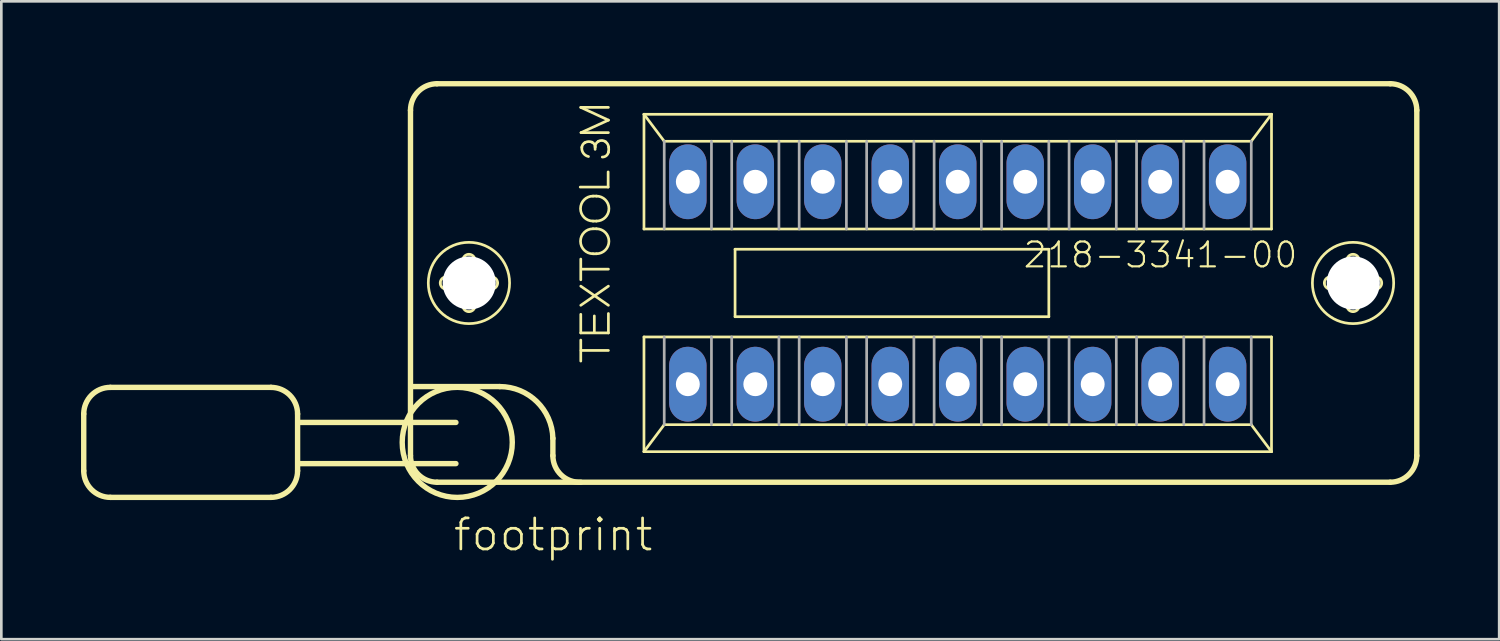
<source format=kicad_pcb>
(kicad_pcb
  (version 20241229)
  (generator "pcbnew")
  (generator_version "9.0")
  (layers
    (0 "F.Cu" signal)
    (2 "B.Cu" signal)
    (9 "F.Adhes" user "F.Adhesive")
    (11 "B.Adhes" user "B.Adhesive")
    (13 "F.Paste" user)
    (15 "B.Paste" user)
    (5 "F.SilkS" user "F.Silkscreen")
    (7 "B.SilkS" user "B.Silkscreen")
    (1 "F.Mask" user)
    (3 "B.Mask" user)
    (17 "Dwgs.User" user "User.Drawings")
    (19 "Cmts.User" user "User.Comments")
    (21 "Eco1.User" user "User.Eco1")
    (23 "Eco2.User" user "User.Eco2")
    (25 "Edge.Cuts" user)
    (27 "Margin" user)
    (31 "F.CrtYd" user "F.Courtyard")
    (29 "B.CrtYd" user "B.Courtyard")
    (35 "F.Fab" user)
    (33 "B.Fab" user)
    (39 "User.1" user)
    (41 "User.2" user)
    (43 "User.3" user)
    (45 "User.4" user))
  (footprint "footprint"
    (layer "F.Cu")
    (at 33.002 7.602)
    (property "Reference" "footprint" (at -19.05 10.16 0) (layer "F.SilkS") (effects (font (size 1.168 1.168) (thickness 0.102)) (justify left bottom)))
    (fp_line (start -32.9 4.93) (end -32.9 7.07) (stroke (width 0.203) (type solid)) (layer "F.SilkS"))
    (fp_line (start -31.9 3.93) (end -25.85 3.93) (stroke (width 0.203) (type solid)) (layer "F.SilkS"))
    (fp_line (start -25.85 8.07) (end -31.9 8.07) (stroke (width 0.203) (type solid)) (layer "F.SilkS"))
    (fp_line (start -24.85 4.93) (end -24.85 7.07) (stroke (width 0.203) (type solid)) (layer "F.SilkS"))
    (fp_line (start -20.6 6.5) (end -20.6 -6.5) (stroke (width 0.203) (type solid)) (layer "F.SilkS"))
    (fp_line (start -20.49 3.9) (end -17.24 3.9) (stroke (width 0.203) (type solid)) (layer "F.SilkS"))
    (fp_line (start -19.6 -7.5) (end 16.28 -7.5) (stroke (width 0.203) (type solid)) (layer "F.SilkS"))
    (fp_line (start -19.25 -0.23) (end -18.7 -0.23) (stroke (width 0.102) (type solid)) (layer "F.SilkS"))
    (fp_line (start -18.89 5.25) (end -24.8 5.25) (stroke (width 0.203) (type solid)) (layer "F.SilkS"))
    (fp_line (start -18.89 6.8) (end -24.8 6.8) (stroke (width 0.203) (type solid)) (layer "F.SilkS"))
    (fp_line (start -18.71 0.23) (end -19.25 0.23) (stroke (width 0.102) (type solid)) (layer "F.SilkS"))
    (fp_line (start -18.63 -0.31) (end -18.63 -0.85) (stroke (width 0.102) (type solid)) (layer "F.SilkS"))
    (fp_line (start -18.63 0.85) (end -18.63 0.3) (stroke (width 0.102) (type solid)) (layer "F.SilkS"))
    (fp_line (start -18.17 -0.85) (end -18.17 -0.3) (stroke (width 0.102) (type solid)) (layer "F.SilkS"))
    (fp_line (start -18.17 0.31) (end -18.17 0.85) (stroke (width 0.102) (type solid)) (layer "F.SilkS"))
    (fp_line (start -18.09 -0.23) (end -17.55 -0.23) (stroke (width 0.102) (type solid)) (layer "F.SilkS"))
    (fp_line (start -17.55 0.23) (end -18.1 0.23) (stroke (width 0.102) (type solid)) (layer "F.SilkS"))
    (fp_line (start -15.24 5.85) (end -15.24 6.5) (stroke (width 0.203) (type solid)) (layer "F.SilkS"))
    (fp_line (start -14.21 -3.61) (end -13.16 -3.61) (stroke (width 0.102) (type solid)) (layer "F.SilkS"))
    (fp_line (start -14.19 -6.61) (end -13.15 -6.61) (stroke (width 0.102) (type solid)) (layer "F.SilkS"))
    (fp_line (start -14.19 -0.12) (end -14.19 -0.9) (stroke (width 0.102) (type solid)) (layer "F.SilkS"))
    (fp_line (start -14.19 0.12) (end -13.15 0.84) (stroke (width 0.102) (type solid)) (layer "F.SilkS"))
    (fp_line (start -14.19 0.84) (end -13.15 0.12) (stroke (width 0.102) (type solid)) (layer "F.SilkS"))
    (fp_line (start -14.19 1.18) (end -14.19 1.88) (stroke (width 0.102) (type solid)) (layer "F.SilkS"))
    (fp_line (start -14.19 1.88) (end -13.15 1.88) (stroke (width 0.102) (type solid)) (layer "F.SilkS"))
    (fp_line (start -14.19 2.94) (end -14.19 2.15) (stroke (width 0.102) (type solid)) (layer "F.SilkS"))
    (fp_line (start -14.18 -5.66) (end -13.15 -6.13) (stroke (width 0.102) (type solid)) (layer "F.SilkS"))
    (fp_line (start -14.18 2.54) (end -13.15 2.54) (stroke (width 0.102) (type solid)) (layer "F.SilkS"))
    (fp_line (start -14.17 -0.52) (end -13.15 -0.52) (stroke (width 0.102) (type solid)) (layer "F.SilkS"))
    (fp_line (start -13.73 -3.27) (end -13.6 -3.27) (stroke (width 0.102) (type solid)) (layer "F.SilkS"))
    (fp_line (start -13.73 -2.33) (end -13.6 -2.33) (stroke (width 0.102) (type solid)) (layer "F.SilkS"))
    (fp_line (start -13.73 -2.04) (end -13.6 -2.04) (stroke (width 0.102) (type solid)) (layer "F.SilkS"))
    (fp_line (start -13.73 -1.1) (end -13.6 -1.1) (stroke (width 0.102) (type solid)) (layer "F.SilkS"))
    (fp_line (start -13.68 1.24) (end -13.68 1.84) (stroke (width 0.102) (type solid)) (layer "F.SilkS"))
    (fp_line (start -13.65 -5.03) (end -13.65 -5.12) (stroke (width 0.102) (type solid)) (layer "F.SilkS"))
    (fp_line (start -13.16 -3.61) (end -13.16 -4.18) (stroke (width 0.102) (type solid)) (layer "F.SilkS"))
    (fp_line (start -13.15 -6.13) (end -14.19 -6.61) (stroke (width 0.102) (type solid)) (layer "F.SilkS"))
    (fp_line (start -13.15 -5.66) (end -14.18 -5.66) (stroke (width 0.102) (type solid)) (layer "F.SilkS"))
    (fp_line (start -13.15 1.88) (end -13.15 1.15) (stroke (width 0.102) (type solid)) (layer "F.SilkS"))
    (fp_line (start -11.811 -6.35) (end 11.811 -6.35) (stroke (width 0.102) (type solid)) (layer "F.SilkS"))
    (fp_line (start -11.811 -2.032) (end -11.811 -6.35) (stroke (width 0.102) (type solid)) (layer "F.SilkS"))
    (fp_line (start -11.811 2.032) (end 11.811 2.032) (stroke (width 0.102) (type solid)) (layer "F.SilkS"))
    (fp_line (start -11.811 6.35) (end -11.811 2.032) (stroke (width 0.102) (type solid)) (layer "F.SilkS"))
    (fp_line (start -11.811 6.35) (end -11.049 5.334) (stroke (width 0.102) (type solid)) (layer "F.SilkS"))
    (fp_line (start -11.049 -5.334) (end -11.811 -6.35) (stroke (width 0.102) (type solid)) (layer "F.SilkS"))
    (fp_line (start -11.049 5.334) (end 11.049 5.334) (stroke (width 0.102) (type solid)) (layer "F.SilkS"))
    (fp_line (start -8.382 -1.27) (end 3.429 -1.27) (stroke (width 0.102) (type solid)) (layer "F.SilkS"))
    (fp_line (start -8.382 1.27) (end -8.382 -1.27) (stroke (width 0.102) (type solid)) (layer "F.SilkS"))
    (fp_line (start 3.429 -1.27) (end 3.429 1.27) (stroke (width 0.102) (type solid)) (layer "F.SilkS"))
    (fp_line (start 3.429 1.27) (end -8.382 1.27) (stroke (width 0.102) (type solid)) (layer "F.SilkS"))
    (fp_line (start 11.049 -5.334) (end -11.049 -5.334) (stroke (width 0.102) (type solid)) (layer "F.SilkS"))
    (fp_line (start 11.049 5.334) (end 11.811 6.35) (stroke (width 0.102) (type solid)) (layer "F.SilkS"))
    (fp_line (start 11.811 -6.35) (end 11.049 -5.334) (stroke (width 0.102) (type solid)) (layer "F.SilkS"))
    (fp_line (start 11.811 -6.35) (end 11.811 -2.032) (stroke (width 0.102) (type solid)) (layer "F.SilkS"))
    (fp_line (start 11.811 -2.032) (end -11.811 -2.032) (stroke (width 0.102) (type solid)) (layer "F.SilkS"))
    (fp_line (start 11.811 2.032) (end 11.811 6.35) (stroke (width 0.102) (type solid)) (layer "F.SilkS"))
    (fp_line (start 11.811 6.35) (end -11.811 6.35) (stroke (width 0.102) (type solid)) (layer "F.SilkS"))
    (fp_line (start 14.03 -0.23) (end 14.58 -0.23) (stroke (width 0.102) (type solid)) (layer "F.SilkS"))
    (fp_line (start 14.57 0.23) (end 14.03 0.23) (stroke (width 0.102) (type solid)) (layer "F.SilkS"))
    (fp_line (start 14.65 -0.31) (end 14.65 -0.85) (stroke (width 0.102) (type solid)) (layer "F.SilkS"))
    (fp_line (start 14.65 0.85) (end 14.65 0.3) (stroke (width 0.102) (type solid)) (layer "F.SilkS"))
    (fp_line (start 15.11 -0.85) (end 15.11 -0.3) (stroke (width 0.102) (type solid)) (layer "F.SilkS"))
    (fp_line (start 15.11 0.31) (end 15.11 0.85) (stroke (width 0.102) (type solid)) (layer "F.SilkS"))
    (fp_line (start 15.19 -0.23) (end 15.73 -0.23) (stroke (width 0.102) (type solid)) (layer "F.SilkS"))
    (fp_line (start 15.73 0.23) (end 15.18 0.23) (stroke (width 0.102) (type solid)) (layer "F.SilkS"))
    (fp_line (start 16.28 7.5) (end -19.6 7.5) (stroke (width 0.203) (type solid)) (layer "F.SilkS"))
    (fp_line (start 17.28 -6.5) (end 17.28 6.5) (stroke (width 0.203) (type solid)) (layer "F.SilkS"))
    (fp_arc (start -32.9 4.93) (mid -32.607107 4.222893) (end -31.9 3.93) (stroke (width 0.2032) (type solid)) (layer "F.SilkS"))
    (fp_arc (start -31.9 8.07) (mid -32.607107 7.777107) (end -32.9 7.07) (stroke (width 0.2032) (type solid)) (layer "F.SilkS"))
    (fp_arc (start -25.85 3.93) (mid -25.142893 4.222893) (end -24.85 4.93) (stroke (width 0.2032) (type solid)) (layer "F.SilkS"))
    (fp_arc (start -24.85 7.07) (mid -25.142893 7.777107) (end -25.85 8.07) (stroke (width 0.2032) (type solid)) (layer "F.SilkS"))
    (fp_arc (start -20.6 -6.5) (mid -20.307107 -7.207107) (end -19.6 -7.5) (stroke (width 0.2032) (type solid)) (layer "F.SilkS"))
    (fp_arc (start -19.6 7.5) (mid -20.307107 7.207107) (end -20.6 6.5) (stroke (width 0.2032) (type solid)) (layer "F.SilkS"))
    (fp_arc (start -19.48 0) (mid -19.412635 -0.162635) (end -19.25 -0.23) (stroke (width 0.1016) (type solid)) (layer "F.SilkS"))
    (fp_arc (start -19.25 0.23) (mid -19.412635 0.162635) (end -19.48 0) (stroke (width 0.1016) (type solid)) (layer "F.SilkS"))
    (fp_arc (start -18.71 0.23) (mid -18.660503 0.250503) (end -18.64 0.3) (stroke (width 0.1016) (type solid)) (layer "F.SilkS"))
    (fp_arc (start -18.63 -0.85) (mid -18.562635 -1.012635) (end -18.4 -1.08) (stroke (width 0.1016) (type solid)) (layer "F.SilkS"))
    (fp_arc (start -18.63 -0.3) (mid -18.650503 -0.250503) (end -18.7 -0.23) (stroke (width 0.1016) (type solid)) (layer "F.SilkS"))
    (fp_arc (start -18.4 -1.08) (mid -18.237365 -1.012635) (end -18.17 -0.85) (stroke (width 0.1016) (type solid)) (layer "F.SilkS"))
    (fp_arc (start -18.4 1.08) (mid -18.562635 1.012635) (end -18.63 0.85) (stroke (width 0.1016) (type solid)) (layer "F.SilkS"))
    (fp_arc (start -18.17 0.3) (mid -18.149497 0.250503) (end -18.1 0.23) (stroke (width 0.1016) (type solid)) (layer "F.SilkS"))
    (fp_arc (start -18.17 0.85) (mid -18.237365 1.012635) (end -18.4 1.08) (stroke (width 0.1016) (type solid)) (layer "F.SilkS"))
    (fp_arc (start -18.1 -0.23) (mid -18.149497 -0.250503) (end -18.17 -0.3) (stroke (width 0.1016) (type solid)) (layer "F.SilkS"))
    (fp_arc (start -17.55 -0.23) (mid -17.387365 -0.162635) (end -17.32 0) (stroke (width 0.1016) (type solid)) (layer "F.SilkS"))
    (fp_arc (start -17.32 0) (mid -17.387365 0.162635) (end -17.55 0.23) (stroke (width 0.1016) (type solid)) (layer "F.SilkS"))
    (fp_arc (start -17.24 3.9) (mid -15.843341 4.468169) (end -15.24 5.849998) (stroke (width 0.2032) (type solid)) (layer "F.SilkS"))
    (fp_arc (start -14.189998 7.499999) (mid -14.929284 7.225) (end -15.24 6.5) (stroke (width 0.2032) (type solid)) (layer "F.SilkS"))
    (fp_arc (start -14.15 -5.109999) (mid -14.114621 -5.207696) (end -14.04 -5.28) (stroke (width 0.1016) (type solid)) (layer "F.SilkS"))
    (fp_arc (start -14.04 -5.28) (mid -13.907382 -5.322157) (end -13.77 -5.3) (stroke (width 0.1016) (type solid)) (layer "F.SilkS"))
    (fp_arc (start -13.900001 -4.759999) (mid -14.09297 -4.88645) (end -14.15 -5.11) (stroke (width 0.1016) (type solid)) (layer "F.SilkS"))
    (fp_arc (start -13.770001 -5.299999) (mid -13.682751 -5.228166) (end -13.65 -5.12) (stroke (width 0.1016) (type solid)) (layer "F.SilkS"))
    (fp_arc (start -13.73 -2.33) (mid -14.2 -2.8) (end -13.73 -3.27) (stroke (width 0.1016) (type solid)) (layer "F.SilkS"))
    (fp_arc (start -13.73 -1.1) (mid -14.2 -1.57) (end -13.73 -2.04) (stroke (width 0.1016) (type solid)) (layer "F.SilkS"))
    (fp_arc (start -13.65 -5.12) (mid -13.61789 -5.240938) (end -13.529999 -5.330001) (stroke (width 0.1016) (type solid)) (layer "F.SilkS"))
    (fp_arc (start -13.6 -3.27) (mid -13.13 -2.8) (end -13.6 -2.33) (stroke (width 0.1016) (type solid)) (layer "F.SilkS"))
    (fp_arc (start -13.6 -2.04) (mid -13.13 -1.57) (end -13.6 -1.1) (stroke (width 0.1016) (type solid)) (layer "F.SilkS"))
    (fp_arc (start -13.53 -5.33) (mid -13.386885 -5.363595) (end -13.249999 -5.309999) (stroke (width 0.1016) (type solid)) (layer "F.SilkS"))
    (fp_arc (start -13.25 -5.31) (mid -13.175084 -5.220954) (end -13.14 -5.110001) (stroke (width 0.1016) (type solid)) (layer "F.SilkS"))
    (fp_arc (start -13.15 -4.92) (mid -13.232524 -4.788503) (end -13.38 -4.740001) (stroke (width 0.1016) (type solid)) (layer "F.SilkS"))
    (fp_arc (start -13.14 -5.11) (mid -13.137277 -5.014593) (end -13.15 -4.92) (stroke (width 0.1016) (type solid)) (layer "F.SilkS"))
    (fp_arc (start 13.8 0) (mid 13.867365 -0.162635) (end 14.03 -0.23) (stroke (width 0.1016) (type solid)) (layer "F.SilkS"))
    (fp_arc (start 14.03 0.23) (mid 13.867365 0.162635) (end 13.8 0) (stroke (width 0.1016) (type solid)) (layer "F.SilkS"))
    (fp_arc (start 14.57 0.23) (mid 14.619497 0.250503) (end 14.64 0.3) (stroke (width 0.1016) (type solid)) (layer "F.SilkS"))
    (fp_arc (start 14.65 -0.85) (mid 14.717365 -1.012635) (end 14.88 -1.08) (stroke (width 0.1016) (type solid)) (layer "F.SilkS"))
    (fp_arc (start 14.65 -0.3) (mid 14.629497 -0.250503) (end 14.58 -0.23) (stroke (width 0.1016) (type solid)) (layer "F.SilkS"))
    (fp_arc (start 14.88 -1.08) (mid 15.042635 -1.012635) (end 15.11 -0.85) (stroke (width 0.1016) (type solid)) (layer "F.SilkS"))
    (fp_arc (start 14.88 1.08) (mid 14.717365 1.012635) (end 14.65 0.85) (stroke (width 0.1016) (type solid)) (layer "F.SilkS"))
    (fp_arc (start 15.11 0.3) (mid 15.130503 0.250503) (end 15.18 0.23) (stroke (width 0.1016) (type solid)) (layer "F.SilkS"))
    (fp_arc (start 15.11 0.85) (mid 15.042635 1.012635) (end 14.88 1.08) (stroke (width 0.1016) (type solid)) (layer "F.SilkS"))
    (fp_arc (start 15.18 -0.23) (mid 15.130503 -0.250503) (end 15.11 -0.3) (stroke (width 0.1016) (type solid)) (layer "F.SilkS"))
    (fp_arc (start 15.73 -0.23) (mid 15.892635 -0.162635) (end 15.96 0) (stroke (width 0.1016) (type solid)) (layer "F.SilkS"))
    (fp_arc (start 15.96 0) (mid 15.892635 0.162635) (end 15.73 0.23) (stroke (width 0.1016) (type solid)) (layer "F.SilkS"))
    (fp_arc (start 16.28 -7.5) (mid 16.987107 -7.207107) (end 17.28 -6.5) (stroke (width 0.2032) (type solid)) (layer "F.SilkS"))
    (fp_arc (start 17.28 6.5) (mid 16.987107 7.207107) (end 16.28 7.5) (stroke (width 0.2032) (type solid)) (layer "F.SilkS"))
    (fp_circle (center -18.84 6) (end -16.768 6) (stroke (width 0.203) (type solid)) (fill no) (layer "F.SilkS"))
    (fp_circle (center -18.4 0) (end -16.87 0) (stroke (width 0.102) (type solid)) (fill no) (layer "F.SilkS"))
    (fp_circle (center 14.88 0) (end 16.41 0) (stroke (width 0.102) (type solid)) (fill no) (layer "F.SilkS"))
    (fp_line (start -11.049 -5.334) (end -11.049 -2.032) (stroke (width 0.102) (type solid)) (layer "F.Fab"))
    (fp_line (start -11.049 2.032) (end -11.049 5.334) (stroke (width 0.102) (type solid)) (layer "F.Fab"))
    (fp_line (start -9.271 -2.032) (end -9.271 -5.334) (stroke (width 0.102) (type solid)) (layer "F.Fab"))
    (fp_line (start -9.271 2.032) (end -9.271 5.334) (stroke (width 0.102) (type solid)) (layer "F.Fab"))
    (fp_line (start -8.509 -2.032) (end -8.509 -5.334) (stroke (width 0.102) (type solid)) (layer "F.Fab"))
    (fp_line (start -8.509 2.032) (end -8.509 5.334) (stroke (width 0.102) (type solid)) (layer "F.Fab"))
    (fp_line (start -6.731 -2.032) (end -6.731 -5.334) (stroke (width 0.102) (type solid)) (layer "F.Fab"))
    (fp_line (start -6.731 2.032) (end -6.731 5.334) (stroke (width 0.102) (type solid)) (layer "F.Fab"))
    (fp_line (start -5.969 -2.032) (end -5.969 -5.334) (stroke (width 0.102) (type solid)) (layer "F.Fab"))
    (fp_line (start -5.969 2.032) (end -5.969 5.334) (stroke (width 0.102) (type solid)) (layer "F.Fab"))
    (fp_line (start -4.191 -2.032) (end -4.191 -5.334) (stroke (width 0.102) (type solid)) (layer "F.Fab"))
    (fp_line (start -4.191 2.032) (end -4.191 5.334) (stroke (width 0.102) (type solid)) (layer "F.Fab"))
    (fp_line (start -3.429 -2.032) (end -3.429 -5.334) (stroke (width 0.102) (type solid)) (layer "F.Fab"))
    (fp_line (start -3.429 2.032) (end -3.429 5.334) (stroke (width 0.102) (type solid)) (layer "F.Fab"))
    (fp_line (start -1.651 -2.032) (end -1.651 -5.334) (stroke (width 0.102) (type solid)) (layer "F.Fab"))
    (fp_line (start -1.651 2.032) (end -1.651 5.334) (stroke (width 0.102) (type solid)) (layer "F.Fab"))
    (fp_line (start -0.889 -2.032) (end -0.889 -5.334) (stroke (width 0.102) (type solid)) (layer "F.Fab"))
    (fp_line (start -0.889 2.032) (end -0.889 5.334) (stroke (width 0.102) (type solid)) (layer "F.Fab"))
    (fp_line (start 0.889 -2.032) (end 0.889 -5.334) (stroke (width 0.102) (type solid)) (layer "F.Fab"))
    (fp_line (start 0.889 2.032) (end 0.889 5.334) (stroke (width 0.102) (type solid)) (layer "F.Fab"))
    (fp_line (start 1.651 -2.032) (end 1.651 -5.334) (stroke (width 0.102) (type solid)) (layer "F.Fab"))
    (fp_line (start 1.651 2.032) (end 1.651 5.334) (stroke (width 0.102) (type solid)) (layer "F.Fab"))
    (fp_line (start 3.429 -2.032) (end 3.429 -5.334) (stroke (width 0.102) (type solid)) (layer "F.Fab"))
    (fp_line (start 3.429 2.032) (end 3.429 5.334) (stroke (width 0.102) (type solid)) (layer "F.Fab"))
    (fp_line (start 4.191 -2.032) (end 4.191 -5.334) (stroke (width 0.102) (type solid)) (layer "F.Fab"))
    (fp_line (start 4.191 2.032) (end 4.191 5.334) (stroke (width 0.102) (type solid)) (layer "F.Fab"))
    (fp_line (start 5.969 -2.032) (end 5.969 -5.334) (stroke (width 0.102) (type solid)) (layer "F.Fab"))
    (fp_line (start 5.969 2.032) (end 5.969 5.334) (stroke (width 0.102) (type solid)) (layer "F.Fab"))
    (fp_line (start 6.731 -2.032) (end 6.731 -5.334) (stroke (width 0.102) (type solid)) (layer "F.Fab"))
    (fp_line (start 6.731 2.032) (end 6.731 5.334) (stroke (width 0.102) (type solid)) (layer "F.Fab"))
    (fp_line (start 8.509 -2.032) (end 8.509 -5.334) (stroke (width 0.102) (type solid)) (layer "F.Fab"))
    (fp_line (start 8.509 2.032) (end 8.509 5.334) (stroke (width 0.102) (type solid)) (layer "F.Fab"))
    (fp_line (start 9.271 -2.032) (end 9.271 -5.334) (stroke (width 0.102) (type solid)) (layer "F.Fab"))
    (fp_line (start 9.271 2.032) (end 9.271 5.334) (stroke (width 0.102) (type solid)) (layer "F.Fab"))
    (fp_line (start 11.049 -2.032) (end 11.049 -5.334) (stroke (width 0.102) (type solid)) (layer "F.Fab"))
    (fp_line (start 11.049 5.334) (end 11.049 2.032) (stroke (width 0.102) (type solid)) (layer "F.Fab"))
    (fp_text user "218-3341-00" (at 2.413 -0.508 180) (layer "F.SilkS") (effects (font (size 0.935 0.935) (thickness 0.081)) (justify left bottom)))
    (pad "" np_thru_hole circle (at -18.39 0) (size 2 2) (drill 2) (layers "*.Cu" "*.Mask"))
    (pad "" np_thru_hole circle (at 14.89 0) (size 2 2) (drill 2) (layers "*.Cu" "*.Mask"))
    (pad "1" thru_hole oval (at -10.16 3.81 90) (size 2.816 1.408) (drill 0.9) (layers "*.Cu" "*.Mask"))
    (pad "2" thru_hole oval (at -7.62 3.81 90) (size 2.816 1.408) (drill 0.9) (layers "*.Cu" "*.Mask"))
    (pad "3" thru_hole oval (at -5.08 3.81 90) (size 2.816 1.408) (drill 0.9) (layers "*.Cu" "*.Mask"))
    (pad "4" thru_hole oval (at -2.54 3.81 90) (size 2.816 1.408) (drill 0.9) (layers "*.Cu" "*.Mask"))
    (pad "5" thru_hole oval (at 0 3.81 90) (size 2.816 1.408) (drill 0.9) (layers "*.Cu" "*.Mask"))
    (pad "6" thru_hole oval (at 2.54 3.81 90) (size 2.816 1.408) (drill 0.9) (layers "*.Cu" "*.Mask"))
    (pad "7" thru_hole oval (at 5.08 3.81 90) (size 2.816 1.408) (drill 0.9) (layers "*.Cu" "*.Mask"))
    (pad "8" thru_hole oval (at 7.62 3.81 90) (size 2.816 1.408) (drill 0.9) (layers "*.Cu" "*.Mask"))
    (pad "9" thru_hole oval (at 10.16 3.81 90) (size 2.816 1.408) (drill 0.9) (layers "*.Cu" "*.Mask"))
    (pad "10" thru_hole oval (at 10.16 -3.81 90) (size 2.816 1.408) (drill 0.9) (layers "*.Cu" "*.Mask"))
    (pad "11" thru_hole oval (at 7.62 -3.81 90) (size 2.816 1.408) (drill 0.9) (layers "*.Cu" "*.Mask"))
    (pad "12" thru_hole oval (at 5.08 -3.81 90) (size 2.816 1.408) (drill 0.9) (layers "*.Cu" "*.Mask"))
    (pad "13" thru_hole oval (at 2.54 -3.81 90) (size 2.816 1.408) (drill 0.9) (layers "*.Cu" "*.Mask"))
    (pad "14" thru_hole oval (at 0 -3.81 90) (size 2.816 1.408) (drill 0.9) (layers "*.Cu" "*.Mask"))
    (pad "15" thru_hole oval (at -2.54 -3.81 90) (size 2.816 1.408) (drill 0.9) (layers "*.Cu" "*.Mask"))
    (pad "16" thru_hole oval (at -5.08 -3.81 90) (size 2.816 1.408) (drill 0.9) (layers "*.Cu" "*.Mask"))
    (pad "17" thru_hole oval (at -7.62 -3.81 90) (size 2.816 1.408) (drill 0.9) (layers "*.Cu" "*.Mask"))
    (pad "18" thru_hole oval (at -10.16 -3.81 90) (size 2.816 1.408) (drill 0.9) (layers "*.Cu" "*.Mask")))
  (gr_rect
    (start -3 -3)
    (end 53.383 21.012)
    (stroke (width 0.1) (type default))
    (fill no)
    (layer "Edge.Cuts")))
</source>
